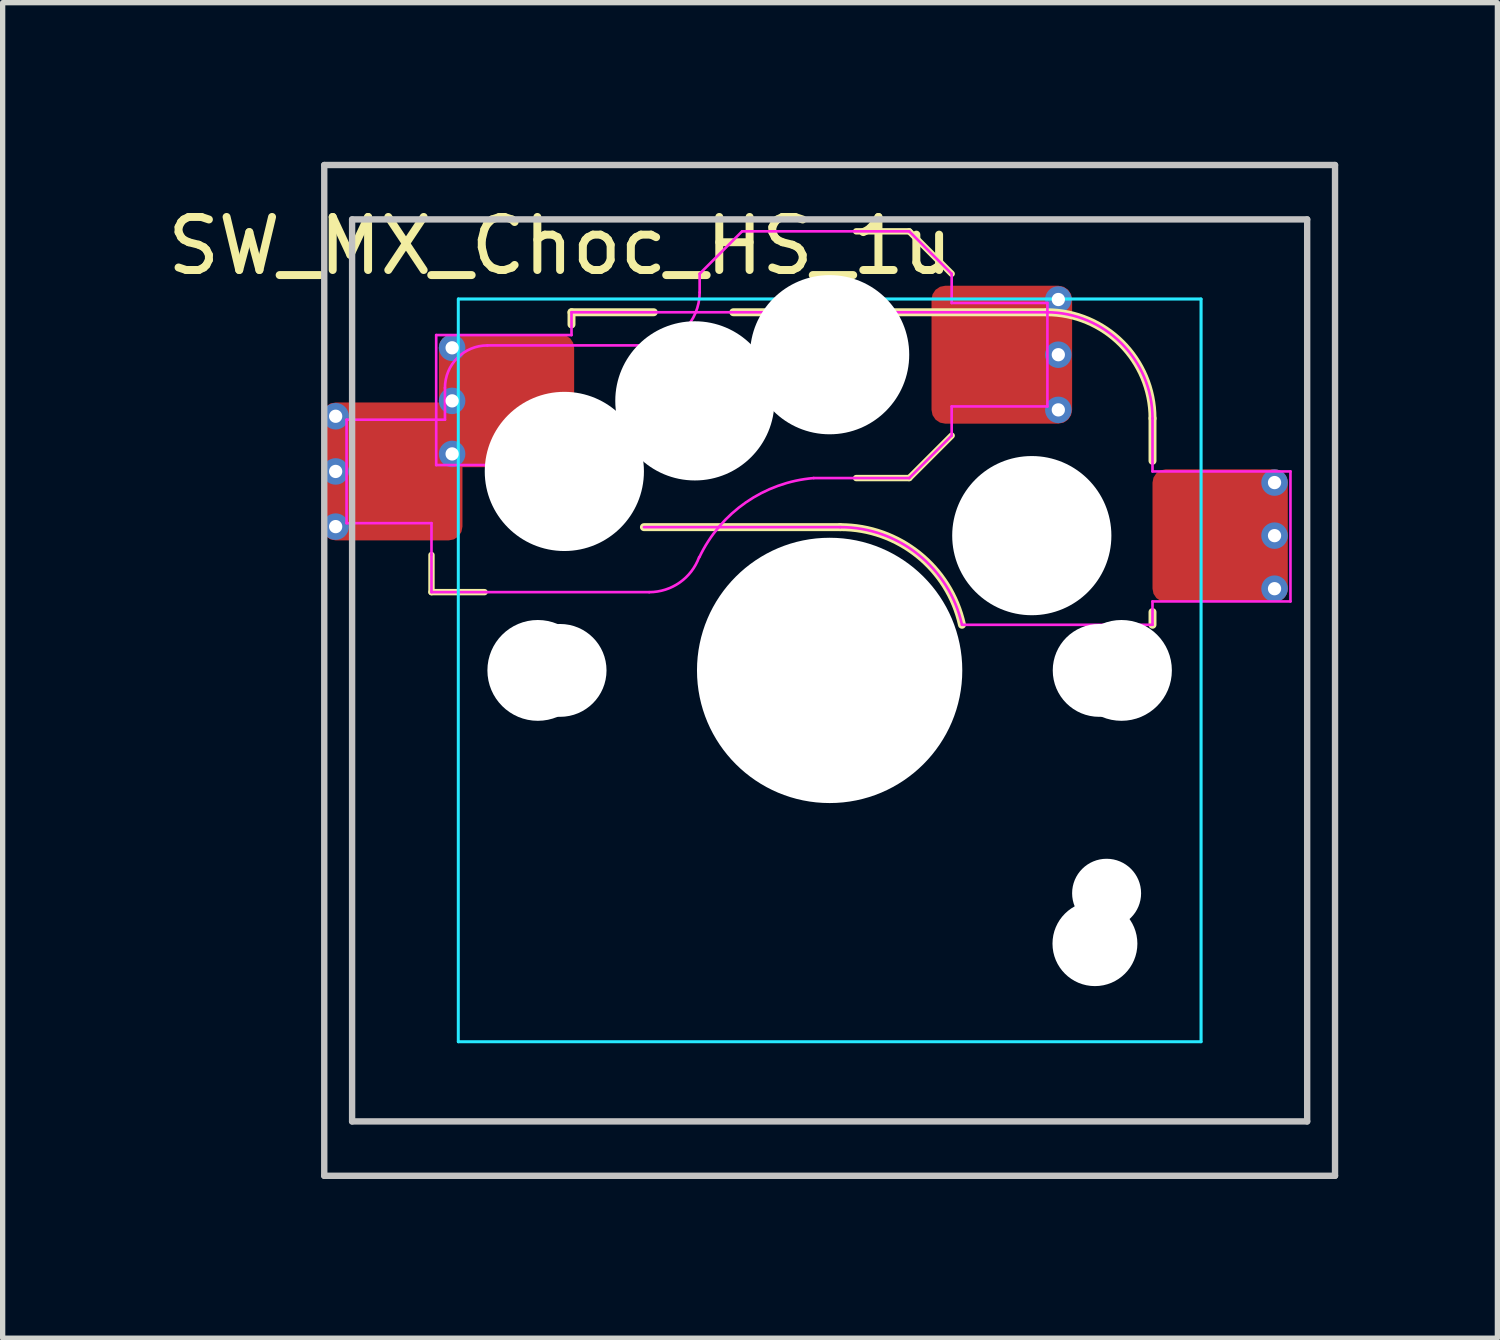
<source format=kicad_pcb>
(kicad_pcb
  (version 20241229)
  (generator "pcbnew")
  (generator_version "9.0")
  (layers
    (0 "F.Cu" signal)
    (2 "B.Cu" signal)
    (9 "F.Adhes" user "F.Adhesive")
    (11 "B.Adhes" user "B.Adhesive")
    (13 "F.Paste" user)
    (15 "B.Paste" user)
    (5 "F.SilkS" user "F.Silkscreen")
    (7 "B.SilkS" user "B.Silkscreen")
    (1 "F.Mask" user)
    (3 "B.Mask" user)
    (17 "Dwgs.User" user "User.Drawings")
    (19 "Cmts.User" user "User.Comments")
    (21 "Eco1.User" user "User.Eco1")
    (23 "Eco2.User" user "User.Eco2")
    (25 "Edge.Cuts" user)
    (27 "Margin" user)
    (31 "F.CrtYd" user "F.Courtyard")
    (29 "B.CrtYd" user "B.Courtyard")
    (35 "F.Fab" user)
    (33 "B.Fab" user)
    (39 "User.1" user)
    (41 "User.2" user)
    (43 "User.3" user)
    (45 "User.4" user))
  (footprint "SW_MX_Choc_HS_1u"
    (layer "F.Cu")
    (at 12.586 9.585)
    (property "Reference" "SW_MX_Choc_HS_1u" (at -5.08 -8.001 0) (layer "F.SilkS") (effects (font (size 1 1) (thickness 0.15))))
    (attr smd)
    (fp_line (start -7.504 -1.475) (end -7.504 -2.175) (stroke (width 0.12) (type solid)) (layer "F.SilkS"))
    (fp_line (start -7.504 -1.475) (end -6.504 -1.475) (stroke (width 0.12) (type solid)) (layer "F.SilkS"))
    (fp_line (start -4.865 -6.75) (end -4.865 -6.52) (stroke (width 0.15) (type solid)) (layer "F.SilkS"))
    (fp_line (start -3.5 -2.7) (end 0.2 -2.7) (stroke (width 0.15) (type solid)) (layer "F.SilkS"))
    (fp_line (start -3.315 -6.75) (end -4.865 -6.75) (stroke (width 0.15) (type solid)) (layer "F.SilkS"))
    (fp_line (start 1.5 -8.275) (end 0.5 -8.275) (stroke (width 0.12) (type solid)) (layer "F.SilkS"))
    (fp_line (start 1.5 -3.625) (end 0.5 -3.625) (stroke (width 0.12) (type solid)) (layer "F.SilkS"))
    (fp_line (start 1.5 -3.625) (end 2.3 -4.425) (stroke (width 0.12) (type solid)) (layer "F.SilkS"))
    (fp_line (start 2.3 -7.475) (end 1.5 -8.275) (stroke (width 0.12) (type solid)) (layer "F.SilkS"))
    (fp_line (start 4.085 -6.75) (end -1.815 -6.75) (stroke (width 0.15) (type solid)) (layer "F.SilkS"))
    (fp_line (start 6.085 -3.95) (end 6.085 -4.75) (stroke (width 0.15) (type solid)) (layer "F.SilkS"))
    (fp_line (start 6.085 -1.1) (end 6.085 -0.86) (stroke (width 0.15) (type solid)) (layer "F.SilkS"))
    (fp_arc (start 0.2 -2.70022) (mid 1.670693 -2.183637) (end 2.494322 -0.86022) (stroke (width 0.15) (type solid)) (layer "F.SilkS"))
    (fp_arc (start 4.085176 -6.75022) (mid 5.49939 -6.164434) (end 6.085176 -4.75022) (stroke (width 0.15) (type solid)) (layer "F.SilkS"))
    (fp_line (start -9.525 -9.525) (end 9.525 -9.525) (stroke (width 0.12) (type solid)) (layer "Dwgs.User"))
    (fp_line (start -9.525 9.525) (end -9.525 -9.525) (stroke (width 0.12) (type solid)) (layer "Dwgs.User"))
    (fp_line (start -9 -8.5) (end -9 8.5) (stroke (width 0.12) (type solid)) (layer "Dwgs.User"))
    (fp_line (start -9 8.5) (end 9 8.5) (stroke (width 0.12) (type solid)) (layer "Dwgs.User"))
    (fp_line (start 9 -8.5) (end -9 -8.5) (stroke (width 0.12) (type solid)) (layer "Dwgs.User"))
    (fp_line (start 9 8.5) (end 9 -8.5) (stroke (width 0.12) (type solid)) (layer "Dwgs.User"))
    (fp_line (start 9.525 -9.525) (end 9.525 9.525) (stroke (width 0.12) (type solid)) (layer "Dwgs.User"))
    (fp_line (start 9.525 9.525) (end -9.525 9.525) (stroke (width 0.12) (type solid)) (layer "Dwgs.User"))
    (fp_line (start -7 -6.5) (end -7 6.5) (stroke (width 0.05) (type solid)) (layer "Eco2.User"))
    (fp_line (start -6.95 -6.45) (end -6.95 6.45) (stroke (width 0.05) (type solid)) (layer "Eco2.User"))
    (fp_line (start -6.5 7) (end 6.5 7) (stroke (width 0.05) (type solid)) (layer "Eco2.User"))
    (fp_line (start -6.45 6.95) (end 6.45 6.95) (stroke (width 0.05) (type solid)) (layer "Eco2.User"))
    (fp_line (start 6.45 -6.95) (end -6.45 -6.95) (stroke (width 0.05) (type solid)) (layer "Eco2.User"))
    (fp_line (start 6.5 -7) (end -6.5 -7) (stroke (width 0.05) (type solid)) (layer "Eco2.User"))
    (fp_line (start 6.95 6.45) (end 6.95 -6.45) (stroke (width 0.05) (type solid)) (layer "Eco2.User"))
    (fp_line (start 7 6.5) (end 7 -6.5) (stroke (width 0.05) (type solid)) (layer "Eco2.User"))
    (fp_arc (start -7 -6.5) (mid -6.853553 -6.853553) (end -6.5 -7) (stroke (width 0.05) (type solid)) (layer "Eco2.User"))
    (fp_arc (start -6.95 -6.45) (mid -6.803553 -6.803553) (end -6.45 -6.95) (stroke (width 0.05) (type solid)) (layer "Eco2.User"))
    (fp_arc (start -6.497236 6.998884) (mid -6.850789 6.852437) (end -6.997236 6.498884) (stroke (width 0.05) (type solid)) (layer "Eco2.User"))
    (fp_arc (start -6.45 6.95) (mid -6.803553 6.803553) (end -6.95 6.45) (stroke (width 0.05) (type solid)) (layer "Eco2.User"))
    (fp_arc (start 6.45 -6.95) (mid 6.803553 -6.803553) (end 6.95 -6.45) (stroke (width 0.05) (type solid)) (layer "Eco2.User"))
    (fp_arc (start 6.5 -7) (mid 6.853553 -6.853553) (end 7 -6.5) (stroke (width 0.05) (type solid)) (layer "Eco2.User"))
    (fp_arc (start 6.95 6.45) (mid 6.803553 6.803553) (end 6.45 6.95) (stroke (width 0.05) (type solid)) (layer "Eco2.User"))
    (fp_arc (start 7 6.5) (mid 6.853553 6.853553) (end 6.5 7) (stroke (width 0.05) (type solid)) (layer "Eco2.User"))
    (fp_line (start -7 -7) (end -7 7) (stroke (width 0.05) (type solid)) (layer "B.CrtYd"))
    (fp_line (start -7 -7) (end 7 -7) (stroke (width 0.05) (type solid)) (layer "B.CrtYd"))
    (fp_line (start -7 7) (end -7 -7) (stroke (width 0.05) (type solid)) (layer "B.CrtYd"))
    (fp_line (start -7 7) (end 7 7) (stroke (width 0.05) (type solid)) (layer "B.CrtYd"))
    (fp_line (start 7 -7) (end -7 -7) (stroke (width 0.05) (type solid)) (layer "B.CrtYd"))
    (fp_line (start 7 -7) (end 7 7) (stroke (width 0.05) (type solid)) (layer "B.CrtYd"))
    (fp_line (start 7 7) (end -7 7) (stroke (width 0.05) (type solid)) (layer "B.CrtYd"))
    (fp_line (start 7 7) (end 7 -7) (stroke (width 0.05) (type solid)) (layer "B.CrtYd"))
    (fp_line (start -9.104 -4.725) (end -9.104 -2.775) (stroke (width 0.05) (type solid)) (layer "F.CrtYd"))
    (fp_line (start -9.104 -2.775) (end -7.504 -2.775) (stroke (width 0.05) (type solid)) (layer "F.CrtYd"))
    (fp_line (start -7.504 -2.175) (end -7.504 -2.775) (stroke (width 0.05) (type solid)) (layer "F.CrtYd"))
    (fp_line (start -7.504 -1.475) (end -7.504 -2.175) (stroke (width 0.05) (type solid)) (layer "F.CrtYd"))
    (fp_line (start -7.504 -1.475) (end -3.4 -1.475) (stroke (width 0.05) (type solid)) (layer "F.CrtYd"))
    (fp_line (start -7.415 -6.32) (end -4.865 -6.32) (stroke (width 0.05) (type solid)) (layer "F.CrtYd"))
    (fp_line (start -7.415 -3.87) (end -7.415 -6.32) (stroke (width 0.05) (type solid)) (layer "F.CrtYd"))
    (fp_line (start -7.25 -5.325) (end -7.25 -4.725) (stroke (width 0.05) (type solid)) (layer "F.CrtYd"))
    (fp_line (start -7.25 -4.725) (end -9.104 -4.725) (stroke (width 0.05) (type solid)) (layer "F.CrtYd"))
    (fp_line (start -4.865 -6.75) (end -4.865 -6.32) (stroke (width 0.05) (type solid)) (layer "F.CrtYd"))
    (fp_line (start -4.865 -3.87) (end -7.415 -3.87) (stroke (width 0.05) (type solid)) (layer "F.CrtYd"))
    (fp_line (start -4.865 -3.87) (end -4.865 -2.7) (stroke (width 0.05) (type solid)) (layer "F.CrtYd"))
    (fp_line (start -3.5 -2.7) (end 0.2 -2.7) (stroke (width 0.05) (type solid)) (layer "F.CrtYd"))
    (fp_line (start -3.45 -6.125) (end -6.45 -6.125) (stroke (width 0.05) (type solid)) (layer "F.CrtYd"))
    (fp_line (start -2.45 -7.475) (end -2.45 -7.125) (stroke (width 0.05) (type solid)) (layer "F.CrtYd"))
    (fp_line (start -2.45 -7.475) (end -1.65 -8.275) (stroke (width 0.05) (type solid)) (layer "F.CrtYd"))
    (fp_line (start 1.5 -8.275) (end -1.65 -8.275) (stroke (width 0.05) (type solid)) (layer "F.CrtYd"))
    (fp_line (start 1.5 -3.625) (end -0.3 -3.625) (stroke (width 0.05) (type solid)) (layer "F.CrtYd"))
    (fp_line (start 1.5 -3.625) (end 2.3 -4.425) (stroke (width 0.05) (type solid)) (layer "F.CrtYd"))
    (fp_line (start 2.3 -7.475) (end 1.5 -8.275) (stroke (width 0.05) (type solid)) (layer "F.CrtYd"))
    (fp_line (start 2.3 -7.475) (end 2.3 -6.925) (stroke (width 0.05) (type solid)) (layer "F.CrtYd"))
    (fp_line (start 2.3 -4.975) (end 2.3 -4.425) (stroke (width 0.05) (type solid)) (layer "F.CrtYd"))
    (fp_line (start 4.085 -6.75) (end -4.865 -6.75) (stroke (width 0.05) (type solid)) (layer "F.CrtYd"))
    (fp_line (start 4.104 -6.925) (end 2.3 -6.925) (stroke (width 0.05) (type solid)) (layer "F.CrtYd"))
    (fp_line (start 4.104 -4.975) (end 2.3 -4.975) (stroke (width 0.05) (type solid)) (layer "F.CrtYd"))
    (fp_line (start 4.104 -4.975) (end 4.104 -6.925) (stroke (width 0.05) (type solid)) (layer "F.CrtYd"))
    (fp_line (start 6.085 -3.75) (end 6.085 -4.75) (stroke (width 0.05) (type solid)) (layer "F.CrtYd"))
    (fp_line (start 6.085 -3.75) (end 8.685 -3.75) (stroke (width 0.05) (type solid)) (layer "F.CrtYd"))
    (fp_line (start 6.085 -1.3) (end 6.085 -0.86) (stroke (width 0.05) (type solid)) (layer "F.CrtYd"))
    (fp_line (start 6.085 -0.86) (end 2.494 -0.86) (stroke (width 0.05) (type solid)) (layer "F.CrtYd"))
    (fp_line (start 8.685 -3.75) (end 8.685 -1.3) (stroke (width 0.05) (type solid)) (layer "F.CrtYd"))
    (fp_line (start 8.685 -1.3) (end 6.085 -1.3) (stroke (width 0.05) (type solid)) (layer "F.CrtYd"))
    (fp_arc (start -7.25 -5.325) (mid -7.015685 -5.890685) (end -6.45 -6.125) (stroke (width 0.05) (type solid)) (layer "F.CrtYd"))
    (fp_arc (start -2.460307 -2.13298) (mid -2.826423 -1.655848) (end -3.4 -1.475) (stroke (width 0.05) (type solid)) (layer "F.CrtYd"))
    (fp_arc (start -2.455444 -2.13293) (mid -1.577271 -3.167234) (end -0.299999 -3.624999) (stroke (width 0.05) (type solid)) (layer "F.CrtYd"))
    (fp_arc (start -2.45 -7.125) (mid -2.742893 -6.417893) (end -3.45 -6.125) (stroke (width 0.05) (type solid)) (layer "F.CrtYd"))
    (fp_arc (start 0.2 -2.70022) (mid 1.670503 -2.183399) (end 2.494322 -0.86022) (stroke (width 0.05) (type solid)) (layer "F.CrtYd"))
    (fp_arc (start 4.085176 -6.75022) (mid 5.49939 -6.164434) (end 6.085176 -4.75022) (stroke (width 0.05) (type solid)) (layer "F.CrtYd"))
    (pad "" np_thru_hole circle (at -5.5 0) (size 1.9 1.9) (drill 1.9) (layers "*.Cu" "*.Mask"))
    (pad "" np_thru_hole circle (at -5.08 0) (size 1.75 1.75) (drill 1.75) (layers "*.Cu" "*.Mask"))
    (pad "" np_thru_hole circle (at -5 -3.75 180) (size 3 3) (drill 3) (layers "*.Cu" "*.Mask"))
    (pad "" np_thru_hole circle (at -2.54 -5.08) (size 3 3) (drill 3) (layers "*.Cu" "*.Mask"))
    (pad "" np_thru_hole circle (at 0 -5.95 180) (size 3 3) (drill 3) (layers "*.Cu" "*.Mask"))
    (pad "" np_thru_hole circle (at 0 0) (size 5 5) (drill 5) (layers "*.Cu" "*.Mask"))
    (pad "" np_thru_hole circle (at 3.81 -2.54) (size 3 3) (drill 3) (layers "*.Cu" "*.Mask"))
    (pad "" np_thru_hole circle (at 5 5.15) (size 1.6 1.6) (drill 1.6) (layers "*.Cu" "*.Mask"))
    (pad "" np_thru_hole circle (at 5.08 0) (size 1.75 1.75) (drill 1.75) (layers "*.Cu" "*.Mask"))
    (pad "" np_thru_hole circle (at 5.22 4.2) (size 1.3 1.3) (drill 1.3) (layers "*.Cu" "*.Mask"))
    (pad "" np_thru_hole circle (at 5.5 0) (size 1.9 1.9) (drill 1.9) (layers "*.Cu" "*.Mask"))
    (pad "1" thru_hole circle (at -9.31 -4.79) (size 0.5 0.5) (drill 0.25) (layers "*.Cu"))
    (pad "1" thru_hole circle (at -9.31 -3.75) (size 0.5 0.5) (drill 0.25) (layers "*.Cu"))
    (pad "1" thru_hole circle (at -9.31 -2.71) (size 0.5 0.5) (drill 0.25) (layers "*.Cu"))
    (pad "1" smd roundrect (at -8.245 -3.75 180) (size 2.65 2.6) (layers "F.Cu" "F.Mask" "F.Paste") (roundrect_rratio 0.1))
    (pad "1" thru_hole circle (at -7.115 -6.08) (size 0.5 0.5) (drill 0.25) (layers "*.Cu"))
    (pad "1" thru_hole circle (at -7.115 -5.08) (size 0.5 0.5) (drill 0.25) (layers "*.Cu"))
    (pad "1" thru_hole circle (at -7.115 -4.08) (size 0.5 0.5) (drill 0.25) (layers "*.Cu"))
    (pad "1" smd roundrect (at -6.09 -5.08) (size 2.55 2.5) (layers "F.Cu" "F.Mask" "F.Paste") (roundrect_rratio 0.1))
    (pad "2" smd roundrect (at 3.245 -5.95 180) (size 2.65 2.6) (layers "F.Cu" "F.Mask" "F.Paste") (roundrect_rratio 0.1))
    (pad "2" thru_hole circle (at 4.31 -6.99) (size 0.5 0.5) (drill 0.25) (layers "*.Cu"))
    (pad "2" thru_hole circle (at 4.31 -5.95) (size 0.5 0.5) (drill 0.25) (layers "*.Cu"))
    (pad "2" thru_hole circle (at 4.31 -4.91) (size 0.5 0.5) (drill 0.25) (layers "*.Cu"))
    (pad "2" smd roundrect (at 7.36 -2.54) (size 2.55 2.5) (layers "F.Cu" "F.Mask" "F.Paste") (roundrect_rratio 0.1))
    (pad "2" thru_hole circle (at 8.385 -3.54) (size 0.5 0.5) (drill 0.25) (layers "*.Cu"))
    (pad "2" thru_hole circle (at 8.385 -2.54) (size 0.5 0.5) (drill 0.25) (layers "*.Cu"))
    (pad "2" thru_hole circle (at 8.385 -1.54) (size 0.5 0.5) (drill 0.25) (layers "*.Cu")))
  (gr_rect
    (start -3 -3)
    (end 25.171 22.17)
    (stroke (width 0.1) (type default))
    (fill no)
    (layer "Edge.Cuts")))
</source>
